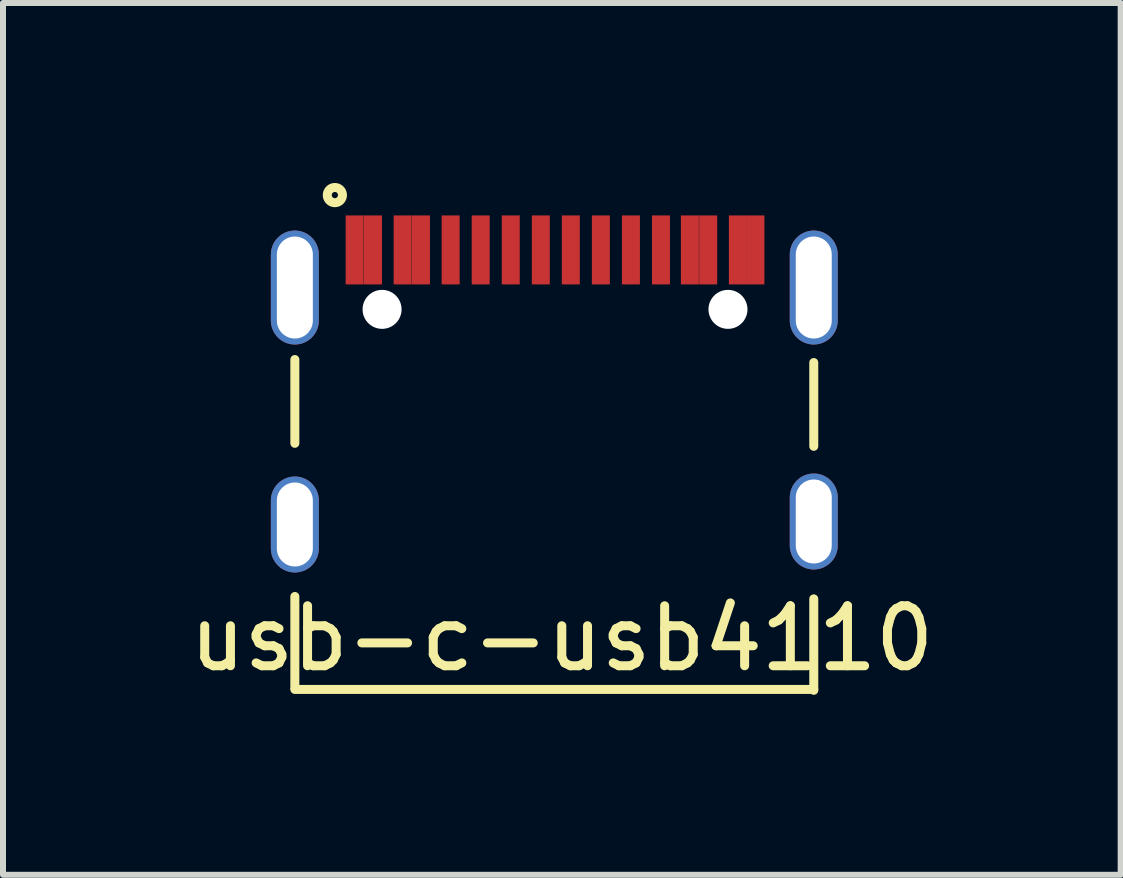
<source format=kicad_pcb>
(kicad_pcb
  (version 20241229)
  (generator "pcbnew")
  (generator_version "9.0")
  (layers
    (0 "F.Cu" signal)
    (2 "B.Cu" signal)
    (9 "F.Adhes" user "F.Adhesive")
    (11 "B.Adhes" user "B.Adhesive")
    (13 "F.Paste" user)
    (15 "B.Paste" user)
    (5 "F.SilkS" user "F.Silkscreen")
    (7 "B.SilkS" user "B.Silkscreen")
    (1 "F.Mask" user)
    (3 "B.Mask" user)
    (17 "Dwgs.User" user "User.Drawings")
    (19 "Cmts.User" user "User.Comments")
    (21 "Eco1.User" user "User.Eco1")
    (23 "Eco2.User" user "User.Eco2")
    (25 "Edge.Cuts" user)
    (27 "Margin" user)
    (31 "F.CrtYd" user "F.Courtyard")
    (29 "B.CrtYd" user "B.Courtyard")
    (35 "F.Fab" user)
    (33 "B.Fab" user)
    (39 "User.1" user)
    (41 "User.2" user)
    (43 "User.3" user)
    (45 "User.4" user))
  (footprint "usb-c-usb4110"
    (layer "F.Cu")
    (at 6.215 4.393)
    (property "Reference" "usb-c-usb4110" (at 0.1 3.2 180) (layer "F.SilkS") (effects (font (size 1 1) (thickness 0.15))))
    (attr through_hole)
    (fp_line (start -4.35 -1.45) (end -4.35 -0.053) (stroke (width 0.15) (type solid)) (layer "F.SilkS"))
    (fp_line (start -4.35 4.024) (end -4.35 2.5) (stroke (width 0.15) (type solid)) (layer "F.SilkS"))
    (fp_line (start 4.3 -1.4) (end 4.3 -0.003) (stroke (width 0.15) (type solid)) (layer "F.SilkS"))
    (fp_line (start 4.3 4.05) (end -4.35 4.05) (stroke (width 0.15) (type solid)) (layer "F.SilkS"))
    (fp_line (start 4.3 4.064) (end 4.3 2.54) (stroke (width 0.15) (type solid)) (layer "F.SilkS"))
    (fp_circle (center -3.683 -4.191) (end -3.683 -4.064) (stroke (width 0.15) (type solid)) (fill no) (layer "F.SilkS"))
    (pad "" np_thru_hole circle (at -2.896 -2.286) (size 0.65 0.65) (drill 0.65) (layers "*.Cu" "*.Mask"))
    (pad "" np_thru_hole circle (at 2.87 -2.286) (size 0.65 0.65) (drill 0.65) (layers "*.Cu" "*.Mask"))
    (pad "1" thru_hole oval (at 4.3 -2.65) (size 0.8 1.9) (drill oval 0.6 1.7) (layers "*.Cu" "*.Mask"))
    (pad "2" thru_hole oval (at -4.35 -2.65) (size 0.8 1.9) (drill oval 0.6 1.7) (layers "*.Cu" "*.Mask"))
    (pad "3" thru_hole oval (at 4.3 1.25) (size 0.8 1.6) (drill oval 0.6 1.4) (layers "*.Cu" "*.Mask"))
    (pad "4" thru_hole oval (at -4.35 1.3) (size 0.8 1.6) (drill oval 0.6 1.4) (layers "*.Cu" "*.Mask"))
    (pad "A1" smd rect (at -3.353 -3.277) (size 0.3 1.15) (layers "F.Cu" "F.Mask" "F.Paste"))
    (pad "A4" smd rect (at -2.553 -3.277) (size 0.3 1.15) (layers "F.Cu" "F.Mask" "F.Paste"))
    (pad "A5" smd rect (at -1.252 -3.277) (size 0.3 1.15) (layers "F.Cu" "F.Mask" "F.Paste"))
    (pad "A6" smd rect (at -0.25 -3.277) (size 0.3 1.15) (layers "F.Cu" "F.Mask" "F.Paste"))
    (pad "A7" smd rect (at 0.25 -3.277) (size 0.3 1.15) (layers "F.Cu" "F.Mask" "F.Paste"))
    (pad "A8" smd rect (at 1.252 -3.277) (size 0.3 1.15) (layers "F.Cu" "F.Mask" "F.Paste"))
    (pad "A9" smd rect (at 2.54 -3.277) (size 0.3 1.15) (layers "F.Cu" "F.Mask" "F.Paste"))
    (pad "A12" smd rect (at 3.327 -3.277) (size 0.3 1.15) (layers "F.Cu" "F.Mask" "F.Paste"))
    (pad "B1" smd rect (at 3.035 -3.277) (size 0.3 1.15) (layers "F.Cu" "F.Mask" "F.Paste"))
    (pad "B4" smd rect (at 2.235 -3.277) (size 0.3 1.15) (layers "F.Cu" "F.Mask" "F.Paste"))
    (pad "B5" smd rect (at 1.753 -3.277) (size 0.3 1.15) (layers "F.Cu" "F.Mask" "F.Paste"))
    (pad "B6" smd rect (at 0.751 -3.277) (size 0.3 1.15) (layers "F.Cu" "F.Mask" "F.Paste"))
    (pad "B7" smd rect (at -0.751 -3.277) (size 0.3 1.15) (layers "F.Cu" "F.Mask" "F.Paste"))
    (pad "B8" smd rect (at -1.753 -3.277) (size 0.3 1.15) (layers "F.Cu" "F.Mask" "F.Paste"))
    (pad "B9" smd rect (at -2.248 -3.277) (size 0.3 1.15) (layers "F.Cu" "F.Mask" "F.Paste"))
    (pad "B12" smd rect (at -3.048 -3.277) (size 0.3 1.15) (layers "F.Cu" "F.Mask" "F.Paste")))
  (gr_rect
    (start -3 -3)
    (end 15.631 11.532)
    (stroke (width 0.1) (type default))
    (fill no)
    (layer "Edge.Cuts")))
</source>
